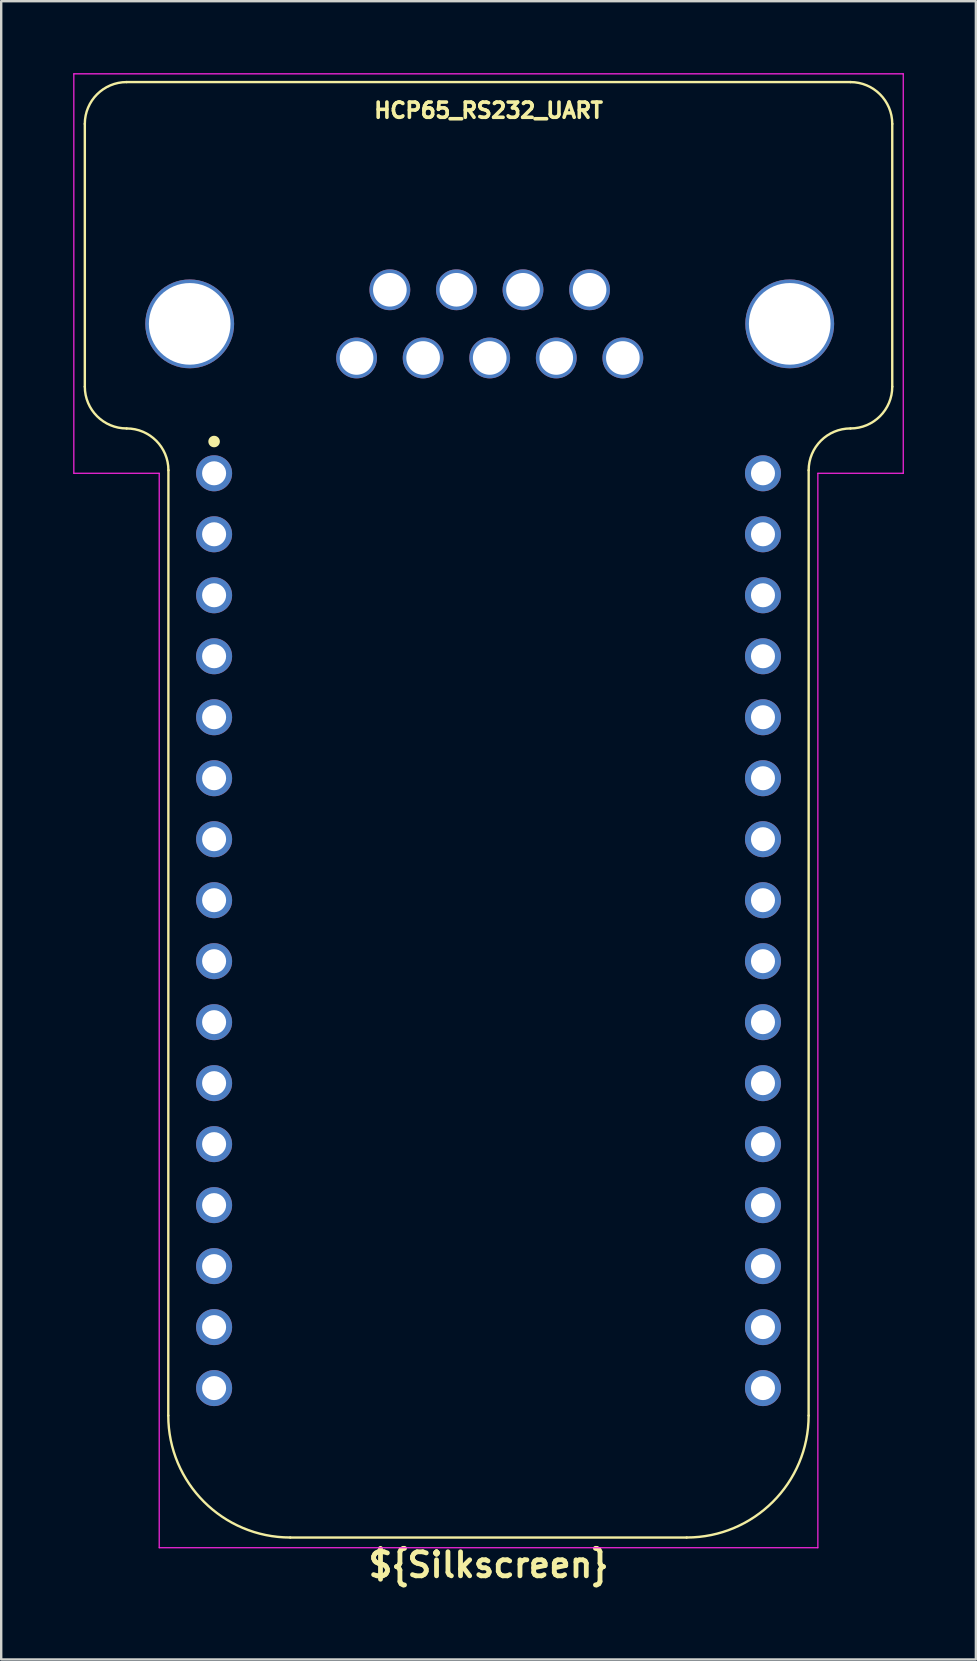
<source format=kicad_pcb>
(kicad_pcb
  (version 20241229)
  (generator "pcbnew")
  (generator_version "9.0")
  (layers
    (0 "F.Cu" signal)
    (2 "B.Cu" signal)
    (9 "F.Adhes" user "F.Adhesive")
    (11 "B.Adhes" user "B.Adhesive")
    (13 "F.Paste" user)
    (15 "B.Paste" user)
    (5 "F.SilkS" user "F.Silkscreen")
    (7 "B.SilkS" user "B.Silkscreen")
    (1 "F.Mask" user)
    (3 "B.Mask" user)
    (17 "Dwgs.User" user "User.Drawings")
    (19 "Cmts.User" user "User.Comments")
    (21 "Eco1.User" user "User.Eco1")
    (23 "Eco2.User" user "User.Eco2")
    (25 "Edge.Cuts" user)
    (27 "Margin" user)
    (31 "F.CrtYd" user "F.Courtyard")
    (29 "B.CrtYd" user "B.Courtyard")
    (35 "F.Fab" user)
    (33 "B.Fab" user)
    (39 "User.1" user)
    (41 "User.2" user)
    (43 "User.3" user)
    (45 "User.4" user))
  (footprint "HCP65_RS232_UART"
    (layer "F.Cu")
    (at 5.867 16.662)
    (property "Reference" "HCP65_RS232_UART" (at 11.43 -15.113 0) (layer "F.SilkS") (effects (font (size 0.635 0.635) (thickness 0.15))))
    (property "Silkscreen" "${Silkscreen}" (at 11.43 45.466 0) (layer "F.SilkS") (effects (font (size 1 1) (thickness 0.2))))
    (attr through_hole)
    (fp_line (start -5.384 -3.608) (end -5.384 -14.553) (stroke (width 0.1) (type default)) (layer "F.SilkS"))
    (fp_line (start -3.644 -16.293) (end 26.504 -16.293) (stroke (width 0.1) (type default)) (layer "F.SilkS"))
    (fp_line (start -1.903 -0.127) (end -1.909 39.243) (stroke (width 0.1) (type solid)) (layer "F.SilkS"))
    (fp_line (start 19.681 44.323) (end 3.171 44.323) (stroke (width 0.1) (type solid)) (layer "F.SilkS"))
    (fp_line (start 24.763 -0.127) (end 24.761 39.243) (stroke (width 0.1) (type default)) (layer "F.SilkS"))
    (fp_line (start 28.244 -3.608) (end 28.244 -14.553) (stroke (width 0.1) (type default)) (layer "F.SilkS"))
    (fp_arc (start -5.384421 -14.552763) (mid -4.874604 -15.783565) (end -3.643802 -16.293382) (stroke (width 0.1) (type default)) (layer "F.SilkS"))
    (fp_arc (start -3.643802 -1.86762) (mid -4.874595 -2.377445) (end -5.384421 -3.608239) (stroke (width 0.1) (type default)) (layer "F.SilkS"))
    (fp_arc (start -3.643802 -1.86762) (mid -2.412997 -1.357805) (end -1.903183 -0.127001) (stroke (width 0.1) (type default)) (layer "F.SilkS"))
    (fp_arc (start 3.171368 44.323) (mid -0.420734 42.835102) (end -1.908632 39.243) (stroke (width 0.1) (type solid)) (layer "F.SilkS"))
    (fp_arc (start 24.761368 39.243) (mid 23.27347 42.835102) (end 19.681368 44.323) (stroke (width 0.1) (type solid)) (layer "F.SilkS"))
    (fp_arc (start 24.763184 -0.127) (mid 25.273001 -1.357802) (end 26.503803 -1.867619) (stroke (width 0.1) (type default)) (layer "F.SilkS"))
    (fp_arc (start 26.503803 -16.293381) (mid 27.734597 -15.783556) (end 28.244422 -14.552762) (stroke (width 0.1) (type default)) (layer "F.SilkS"))
    (fp_arc (start 28.244422 -3.608238) (mid 27.734626 -2.377415) (end 26.503803 -1.867619) (stroke (width 0.1) (type default)) (layer "F.SilkS"))
    (fp_circle (center 0 -1.323) (end 0.18 -1.323) (stroke (width 0.12) (type solid)) (fill yes) (layer "F.SilkS"))
    (fp_line (start -5.842 0) (end -5.842 -16.637) (stroke (width 0.05) (type solid)) (layer "F.CrtYd"))
    (fp_line (start -5.842 0) (end -2.286 0) (stroke (width 0.05) (type solid)) (layer "F.CrtYd"))
    (fp_line (start -2.286 44.75) (end -2.286 0) (stroke (width 0.05) (type solid)) (layer "F.CrtYd"))
    (fp_line (start -2.286 44.75) (end 25.146 44.75) (stroke (width 0.05) (type solid)) (layer "F.CrtYd"))
    (fp_line (start 25.146 0) (end 28.702 0) (stroke (width 0.05) (type solid)) (layer "F.CrtYd"))
    (fp_line (start 25.146 44.75) (end 25.146 0) (stroke (width 0.05) (type solid)) (layer "F.CrtYd"))
    (fp_line (start 28.702 -16.637) (end -5.842 -16.637) (stroke (width 0.05) (type solid)) (layer "F.CrtYd"))
    (fp_line (start 28.702 0) (end 28.702 -16.637) (stroke (width 0.05) (type solid)) (layer "F.CrtYd"))
    (pad "" np_thru_hole circle (at -1.016 -6.223 180) (size 3.7 3.7) (drill 3.4) (layers "*.Cu" "*.Mask"))
    (pad "" np_thru_hole circle (at 5.934 -4.803 180) (size 1.7 1.7) (drill 1.4) (layers "*.Cu" "*.Mask"))
    (pad "" np_thru_hole circle (at 7.32 -7.643 180) (size 1.7 1.7) (drill 1.4) (layers "*.Cu" "*.Mask"))
    (pad "" np_thru_hole circle (at 8.706 -4.803 180) (size 1.7 1.7) (drill 1.4) (layers "*.Cu" "*.Mask"))
    (pad "" np_thru_hole circle (at 10.093 -7.643 180) (size 1.7 1.7) (drill 1.4) (layers "*.Cu" "*.Mask"))
    (pad "" np_thru_hole circle (at 11.479 -4.803 180) (size 1.7 1.7) (drill 1.4) (layers "*.Cu" "*.Mask"))
    (pad "" np_thru_hole circle (at 12.865 -7.643 180) (size 1.7 1.7) (drill 1.4) (layers "*.Cu" "*.Mask"))
    (pad "" np_thru_hole circle (at 14.251 -4.803 180) (size 1.7 1.7) (drill 1.4) (layers "*.Cu" "*.Mask"))
    (pad "" np_thru_hole circle (at 15.638 -7.643 180) (size 1.7 1.7) (drill 1.4) (layers "*.Cu" "*.Mask"))
    (pad "" np_thru_hole circle (at 17.024 -4.803 180) (size 1.7 1.7) (drill 1.4) (layers "*.Cu" "*.Mask"))
    (pad "" np_thru_hole circle (at 23.974 -6.223 180) (size 3.7 3.7) (drill 3.4) (layers "*.Cu" "*.Mask"))
    (pad "1" thru_hole circle (at 0 0) (size 1.5 1.5) (drill 1) (layers "*.Cu" "*.Mask"))
    (pad "2" thru_hole circle (at 0 2.54) (size 1.5 1.5) (drill 1) (layers "*.Cu" "*.Mask"))
    (pad "3" thru_hole circle (at 0 5.08) (size 1.5 1.5) (drill 1) (layers "*.Cu" "*.Mask"))
    (pad "4" thru_hole circle (at 0 7.62) (size 1.5 1.5) (drill 1) (layers "*.Cu" "*.Mask"))
    (pad "5" thru_hole circle (at 0 10.16) (size 1.5 1.5) (drill 1) (layers "*.Cu" "*.Mask"))
    (pad "6" thru_hole circle (at 0 12.7) (size 1.5 1.5) (drill 1) (layers "*.Cu" "*.Mask"))
    (pad "7" thru_hole circle (at 0 15.24) (size 1.5 1.5) (drill 1) (layers "*.Cu" "*.Mask"))
    (pad "8" thru_hole circle (at 0 17.78) (size 1.5 1.5) (drill 1) (layers "*.Cu" "*.Mask"))
    (pad "9" thru_hole circle (at 0 20.32) (size 1.5 1.5) (drill 1) (layers "*.Cu" "*.Mask"))
    (pad "10" thru_hole circle (at 0 22.86) (size 1.5 1.5) (drill 1) (layers "*.Cu" "*.Mask"))
    (pad "11" thru_hole circle (at 0 25.4) (size 1.5 1.5) (drill 1) (layers "*.Cu" "*.Mask"))
    (pad "12" thru_hole circle (at 0 27.94) (size 1.5 1.5) (drill 1) (layers "*.Cu" "*.Mask"))
    (pad "13" thru_hole circle (at 0 30.48) (size 1.5 1.5) (drill 1) (layers "*.Cu" "*.Mask"))
    (pad "14" thru_hole circle (at 0 33.02) (size 1.5 1.5) (drill 1) (layers "*.Cu" "*.Mask"))
    (pad "15" thru_hole circle (at 0 35.56) (size 1.5 1.5) (drill 1) (layers "*.Cu" "*.Mask"))
    (pad "16" thru_hole circle (at 0 38.1) (size 1.5 1.5) (drill 1) (layers "*.Cu" "*.Mask"))
    (pad "17" thru_hole circle (at 22.86 38.1) (size 1.5 1.5) (drill 1) (layers "*.Cu" "*.Mask"))
    (pad "18" thru_hole circle (at 22.86 35.56) (size 1.5 1.5) (drill 1) (layers "*.Cu" "*.Mask"))
    (pad "19" thru_hole circle (at 22.86 33.02) (size 1.5 1.5) (drill 1) (layers "*.Cu" "*.Mask"))
    (pad "20" thru_hole circle (at 22.86 30.48) (size 1.5 1.5) (drill 1) (layers "*.Cu" "*.Mask"))
    (pad "21" thru_hole circle (at 22.86 27.94) (size 1.5 1.5) (drill 1) (layers "*.Cu" "*.Mask"))
    (pad "22" thru_hole circle (at 22.86 25.4) (size 1.5 1.5) (drill 1) (layers "*.Cu" "*.Mask"))
    (pad "23" thru_hole circle (at 22.86 22.86) (size 1.5 1.5) (drill 1) (layers "*.Cu" "*.Mask"))
    (pad "24" thru_hole circle (at 22.86 20.32) (size 1.5 1.5) (drill 1) (layers "*.Cu" "*.Mask"))
    (pad "25" thru_hole circle (at 22.86 17.78) (size 1.5 1.5) (drill 1) (layers "*.Cu" "*.Mask"))
    (pad "26" thru_hole circle (at 22.86 15.24) (size 1.5 1.5) (drill 1) (layers "*.Cu" "*.Mask"))
    (pad "27" thru_hole circle (at 22.86 12.7) (size 1.5 1.5) (drill 1) (layers "*.Cu" "*.Mask"))
    (pad "28" thru_hole circle (at 22.86 10.16) (size 1.5 1.5) (drill 1) (layers "*.Cu" "*.Mask"))
    (pad "29" thru_hole circle (at 22.86 7.62) (size 1.5 1.5) (drill 1) (layers "*.Cu" "*.Mask"))
    (pad "30" thru_hole circle (at 22.86 5.08) (size 1.5 1.5) (drill 1) (layers "*.Cu" "*.Mask"))
    (pad "31" thru_hole circle (at 22.86 2.54) (size 1.5 1.5) (drill 1) (layers "*.Cu" "*.Mask"))
    (pad "32" thru_hole circle (at 22.86 0) (size 1.5 1.5) (drill 1) (layers "*.Cu" "*.Mask")))
  (gr_rect
    (start -3 -3)
    (end 37.594 66.064)
    (stroke (width 0.1) (type default))
    (fill no)
    (layer "Edge.Cuts")))
</source>
